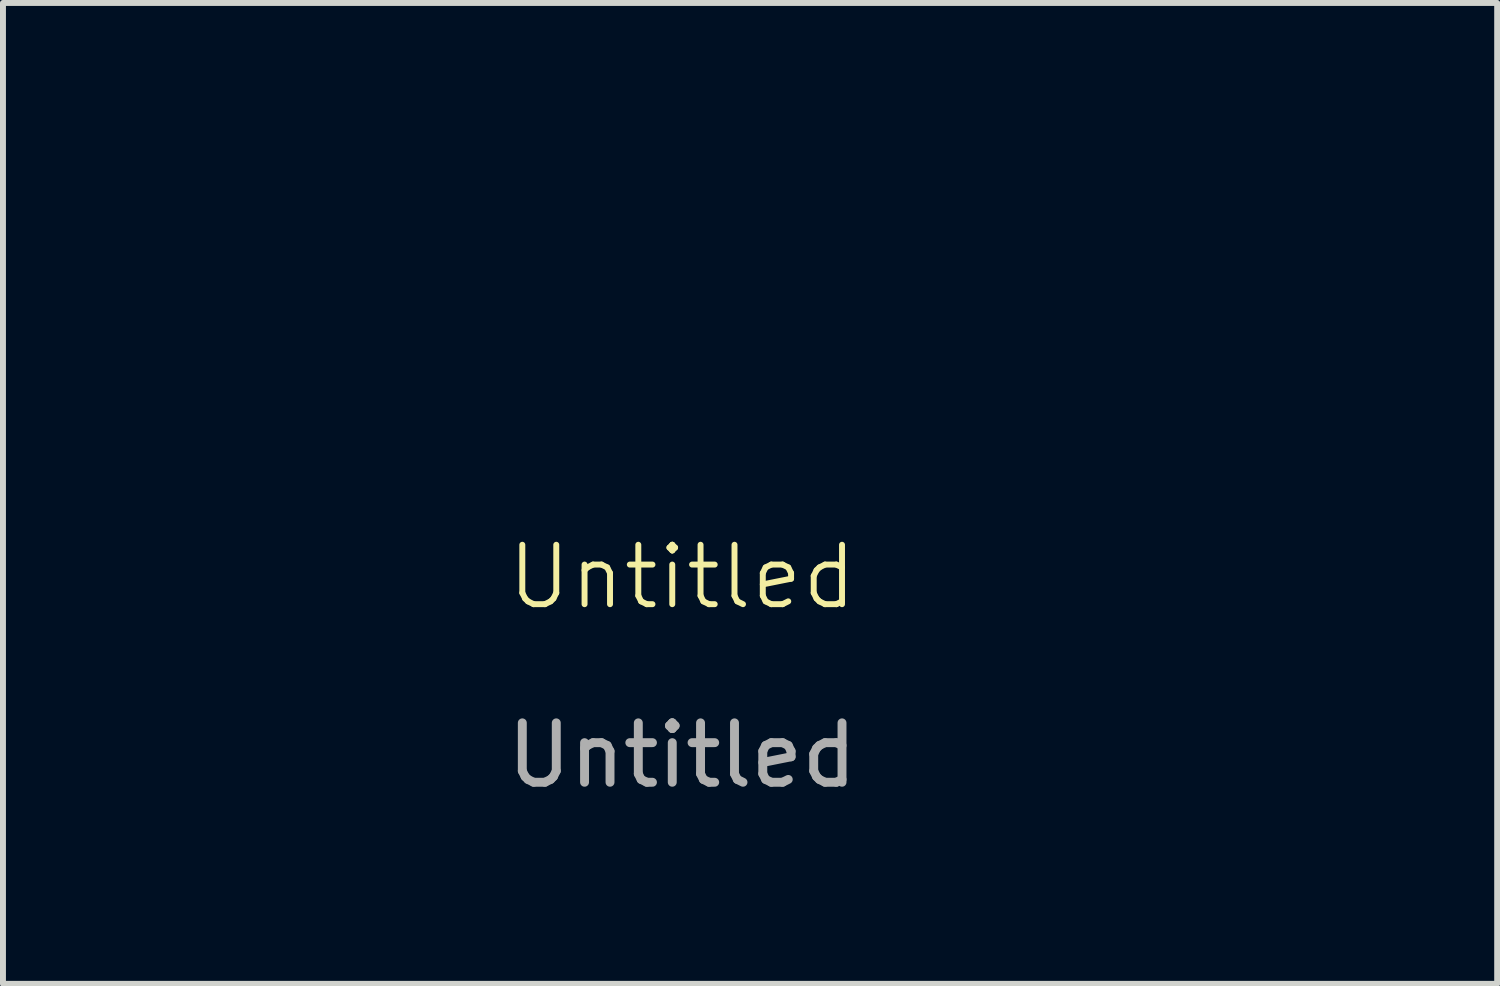
<source format=kicad_pcb>
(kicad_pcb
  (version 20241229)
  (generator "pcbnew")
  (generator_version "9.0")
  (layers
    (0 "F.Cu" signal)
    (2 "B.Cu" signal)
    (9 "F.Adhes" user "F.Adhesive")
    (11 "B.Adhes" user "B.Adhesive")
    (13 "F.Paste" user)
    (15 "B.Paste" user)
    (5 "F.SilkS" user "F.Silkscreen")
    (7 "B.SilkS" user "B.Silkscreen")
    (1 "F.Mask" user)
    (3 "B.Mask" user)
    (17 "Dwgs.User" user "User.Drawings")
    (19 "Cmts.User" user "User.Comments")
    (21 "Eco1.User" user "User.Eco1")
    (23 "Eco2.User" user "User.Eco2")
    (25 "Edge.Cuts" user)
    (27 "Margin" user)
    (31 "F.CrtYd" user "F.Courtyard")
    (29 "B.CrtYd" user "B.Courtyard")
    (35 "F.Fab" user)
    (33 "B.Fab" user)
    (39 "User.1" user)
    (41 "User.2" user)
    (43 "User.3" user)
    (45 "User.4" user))
  (footprint "Untitled"
    (layer "F.Cu")
    (at 8.432 7.162)
    (property "Reference" "Untitled" (at 0 -0.5 0) (unlocked yes) (layer "F.SilkS") (effects (font (size 1 1) (thickness 0.1))))
    (attr smd)
    (fp_rect (start -8.382 -7.112) (end 10.668 0.508) (stroke (width 0.1) (type default)) (fill no) (layer "F.Mask"))
    (fp_text user "${REFERENCE}" (at 0 2.5 0) (unlocked yes) (layer "F.Fab") (effects (font (size 1 1) (thickness 0.15)))))
  (gr_rect
    (start -3 -3)
    (end 22.15 13.51)
    (stroke (width 0.1) (type default))
    (fill no)
    (layer "Edge.Cuts")))
</source>
